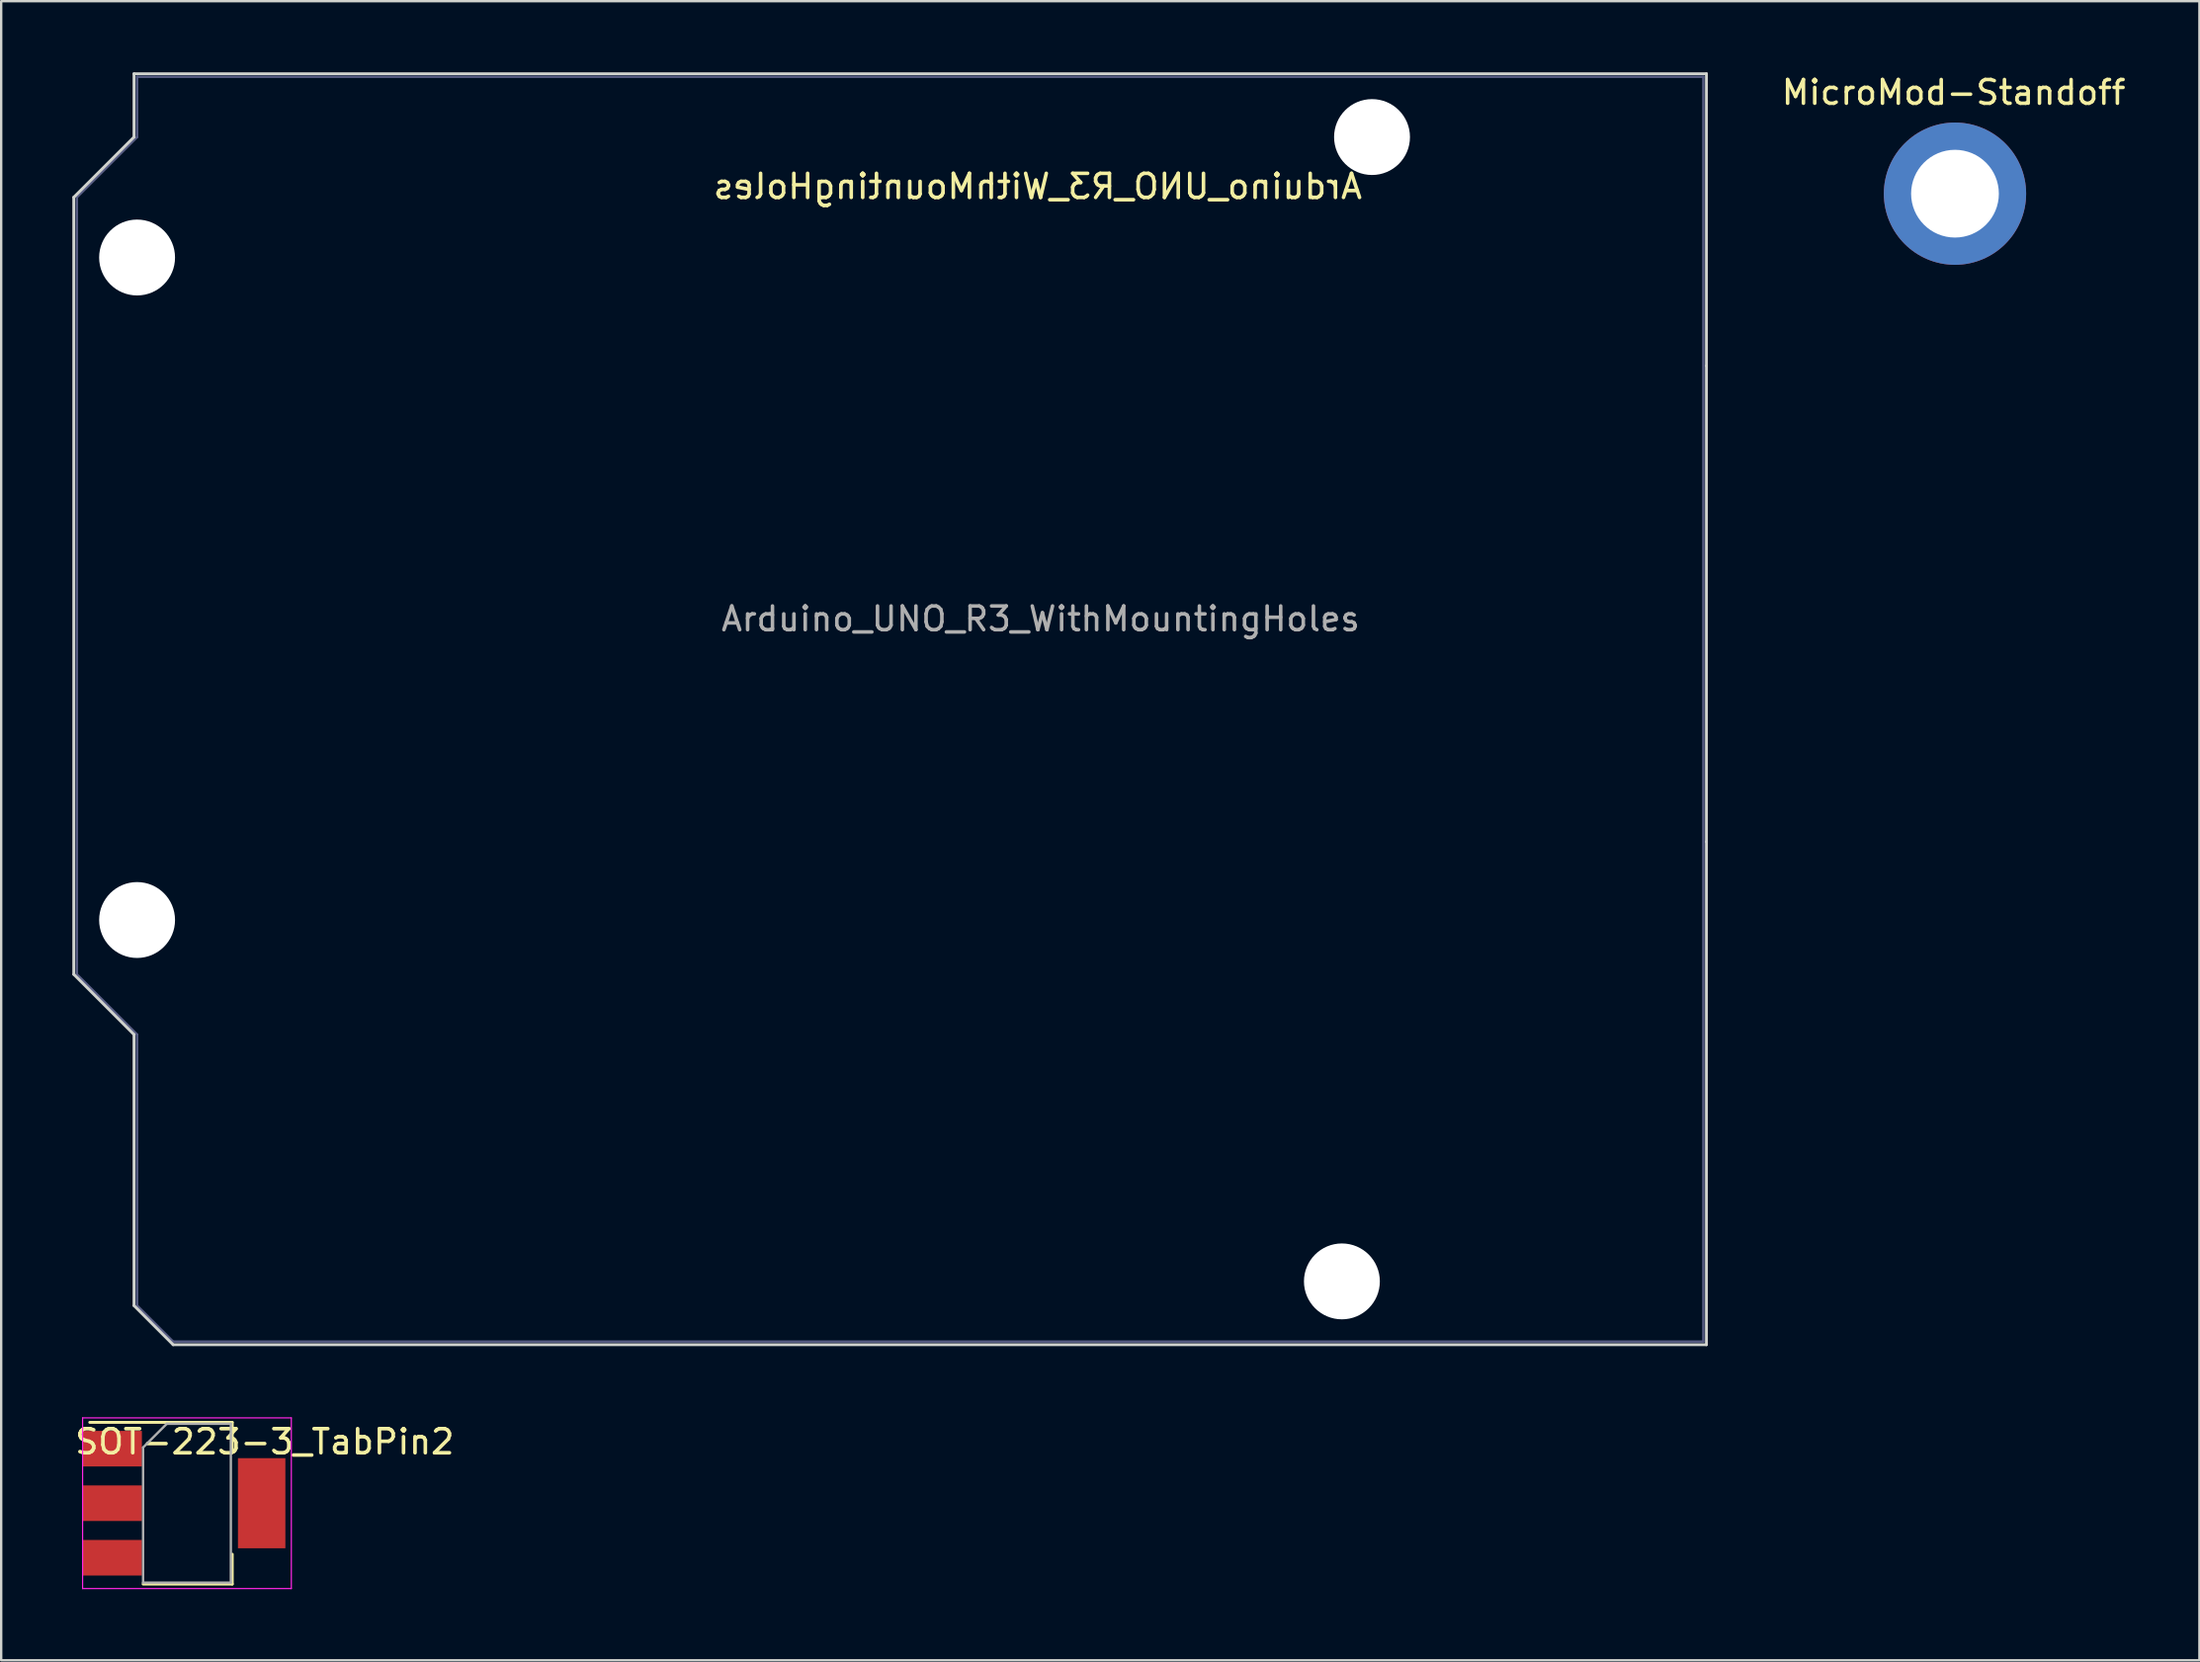
<source format=kicad_pcb>
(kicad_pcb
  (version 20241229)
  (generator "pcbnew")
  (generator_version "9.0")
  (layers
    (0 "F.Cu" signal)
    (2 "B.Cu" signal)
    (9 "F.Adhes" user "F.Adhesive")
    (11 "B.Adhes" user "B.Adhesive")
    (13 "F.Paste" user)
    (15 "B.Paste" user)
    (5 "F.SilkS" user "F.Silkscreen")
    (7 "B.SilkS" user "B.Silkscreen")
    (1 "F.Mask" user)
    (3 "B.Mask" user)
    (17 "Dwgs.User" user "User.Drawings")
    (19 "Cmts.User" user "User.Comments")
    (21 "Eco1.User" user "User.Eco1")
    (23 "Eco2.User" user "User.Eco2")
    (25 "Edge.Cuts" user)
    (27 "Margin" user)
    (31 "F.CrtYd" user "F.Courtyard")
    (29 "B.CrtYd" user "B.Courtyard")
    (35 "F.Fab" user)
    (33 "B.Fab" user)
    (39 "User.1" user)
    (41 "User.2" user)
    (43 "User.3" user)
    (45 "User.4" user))
  (footprint "MicroMod-Standoff"
    (layer "F.Cu")
    (at 79.38 5.118)
    (property "Reference" "MicroMod-Standoff" (at -0.057 -4.27 0) (layer "F.SilkS") (effects (font (size 1 1) (thickness 0.15))))
    (attr through_hole)
    (pad "" np_thru_hole circle (at 0 0) (size 6 6) (drill 3.7) (layers "*.Cu" "*.Mask")))
  (footprint "SOT-223-3_TabPin2"
    (layer "F.Cu")
    (at 4.833 60.345)
    (property "Reference" "SOT-223-3_TabPin2" (at 3.277 -2.591 0) (layer "F.SilkS") (effects (font (size 1.016 1.016) (thickness 0.152))))
    (attr smd)
    (fp_line (start -4.1 -3.41) (end 1.91 -3.41) (stroke (width 0.12) (type solid)) (layer "F.SilkS"))
    (fp_line (start -1.85 3.41) (end 1.91 3.41) (stroke (width 0.12) (type solid)) (layer "F.SilkS"))
    (fp_line (start 1.91 -3.41) (end 1.91 -2.15) (stroke (width 0.12) (type solid)) (layer "F.SilkS"))
    (fp_line (start 1.91 3.41) (end 1.91 2.15) (stroke (width 0.12) (type solid)) (layer "F.SilkS"))
    (fp_line (start -4.4 -3.6) (end -4.4 3.6) (stroke (width 0.05) (type solid)) (layer "F.CrtYd"))
    (fp_line (start -4.4 3.6) (end 4.4 3.6) (stroke (width 0.05) (type solid)) (layer "F.CrtYd"))
    (fp_line (start 4.4 -3.6) (end -4.4 -3.6) (stroke (width 0.05) (type solid)) (layer "F.CrtYd"))
    (fp_line (start 4.4 3.6) (end 4.4 -3.6) (stroke (width 0.05) (type solid)) (layer "F.CrtYd"))
    (fp_line (start -1.85 -2.35) (end -1.85 3.35) (stroke (width 0.1) (type solid)) (layer "F.Fab"))
    (fp_line (start -1.85 -2.35) (end -0.85 -3.35) (stroke (width 0.1) (type solid)) (layer "F.Fab"))
    (fp_line (start -1.85 3.35) (end 1.85 3.35) (stroke (width 0.1) (type solid)) (layer "F.Fab"))
    (fp_line (start -0.85 -3.35) (end 1.85 -3.35) (stroke (width 0.1) (type solid)) (layer "F.Fab"))
    (fp_line (start 1.85 -3.35) (end 1.85 3.35) (stroke (width 0.1) (type solid)) (layer "F.Fab"))
    (pad "1" smd rect (at -3.15 -2.3) (size 2.5 1.5) (layers "F.Cu" "F.Mask" "F.Paste"))
    (pad "2" smd rect (at -3.15 0) (size 2.5 1.5) (layers "F.Cu" "F.Mask" "F.Paste"))
    (pad "2" smd rect (at 3.15 0) (size 2 3.8) (layers "F.Cu" "F.Mask" "F.Paste"))
    (pad "3" smd rect (at -3.15 2.3) (size 2.5 1.5) (layers "F.Cu" "F.Mask" "F.Paste")))
  (footprint "Arduino_UNO_R3_WithMountingHoles"
    (layer "F.Cu")
    (at 40.83 2.73)
    (property "Reference" "Arduino_UNO_R3_WithMountingHoles" (at -0.127 2.083 0) (unlocked yes) (layer "F.SilkS") (effects (font (size 1.016 1.016) (thickness 0.152)) (justify mirror)))
    (attr through_hole)
    (fp_line (start -40.77 2.54) (end -38.23 0) (stroke (width 0.12) (type solid)) (layer "Edge.Cuts"))
    (fp_line (start -40.77 35.31) (end -40.77 2.54) (stroke (width 0.12) (type solid)) (layer "Edge.Cuts"))
    (fp_line (start -38.23 -2.67) (end 28.07 -2.67) (stroke (width 0.12) (type solid)) (layer "Edge.Cuts"))
    (fp_line (start -38.23 0) (end -38.23 -2.67) (stroke (width 0.12) (type solid)) (layer "Edge.Cuts"))
    (fp_line (start -38.23 37.85) (end -40.77 35.31) (stroke (width 0.12) (type solid)) (layer "Edge.Cuts"))
    (fp_line (start -38.23 49.28) (end -38.23 37.85) (stroke (width 0.12) (type solid)) (layer "Edge.Cuts"))
    (fp_line (start -36.58 50.93) (end -38.23 49.28) (stroke (width 0.12) (type solid)) (layer "Edge.Cuts"))
    (fp_line (start 28.07 -2.67) (end 28.07 9.65) (stroke (width 0.12) (type solid)) (layer "Edge.Cuts"))
    (fp_line (start 28.07 9.65) (end 28.07 29.72) (stroke (width 0.12) (type solid)) (layer "Edge.Cuts"))
    (fp_line (start 28.07 29.72) (end 28.07 50.93) (stroke (width 0.12) (type solid)) (layer "Edge.Cuts"))
    (fp_line (start 28.07 50.93) (end -36.58 50.93) (stroke (width 0.12) (type solid)) (layer "Edge.Cuts"))
    (fp_line (start -40.64 2.54) (end -40.64 35.31) (stroke (width 0.1) (type solid)) (layer "B.Fab"))
    (fp_line (start -40.64 35.31) (end -38.1 37.85) (stroke (width 0.1) (type solid)) (layer "B.Fab"))
    (fp_line (start -38.1 -2.54) (end -38.1 0) (stroke (width 0.1) (type solid)) (layer "B.Fab"))
    (fp_line (start -38.1 0) (end -40.64 2.54) (stroke (width 0.1) (type solid)) (layer "B.Fab"))
    (fp_line (start -38.1 37.85) (end -38.1 49.28) (stroke (width 0.1) (type solid)) (layer "B.Fab"))
    (fp_line (start -38.1 49.28) (end -36.58 50.8) (stroke (width 0.1) (type solid)) (layer "B.Fab"))
    (fp_line (start -36.58 50.8) (end 27.94 50.8) (stroke (width 0.1) (type solid)) (layer "B.Fab"))
    (fp_line (start 27.94 -2.54) (end -38.1 -2.54) (stroke (width 0.1) (type solid)) (layer "B.Fab"))
    (fp_line (start 27.94 50.8) (end 27.94 -2.54) (stroke (width 0.1) (type solid)) (layer "B.Fab"))
    (fp_text user "${REFERENCE}" (at 0 20.32 0) (layer "F.Fab") (effects (font (size 1 1) (thickness 0.15))))
    (pad "" np_thru_hole circle (at -38.1 5.08 270) (size 3.2 3.2) (drill 3.2) (layers "*.Cu" "*.Mask"))
    (pad "" np_thru_hole circle (at -38.1 33.02 270) (size 3.2 3.2) (drill 3.2) (layers "*.Cu" "*.Mask"))
    (pad "" np_thru_hole circle (at 12.7 48.26 270) (size 3.2 3.2) (drill 3.2) (layers "*.Cu" "*.Mask"))
    (pad "" np_thru_hole circle (at 13.97 0 270) (size 3.2 3.2) (drill 3.2) (layers "*.Cu" "*.Mask")))
  (gr_rect
    (start -3 -3)
    (end 89.686 66.97)
    (stroke (width 0.1) (type default))
    (fill no)
    (layer "Edge.Cuts")))
</source>
